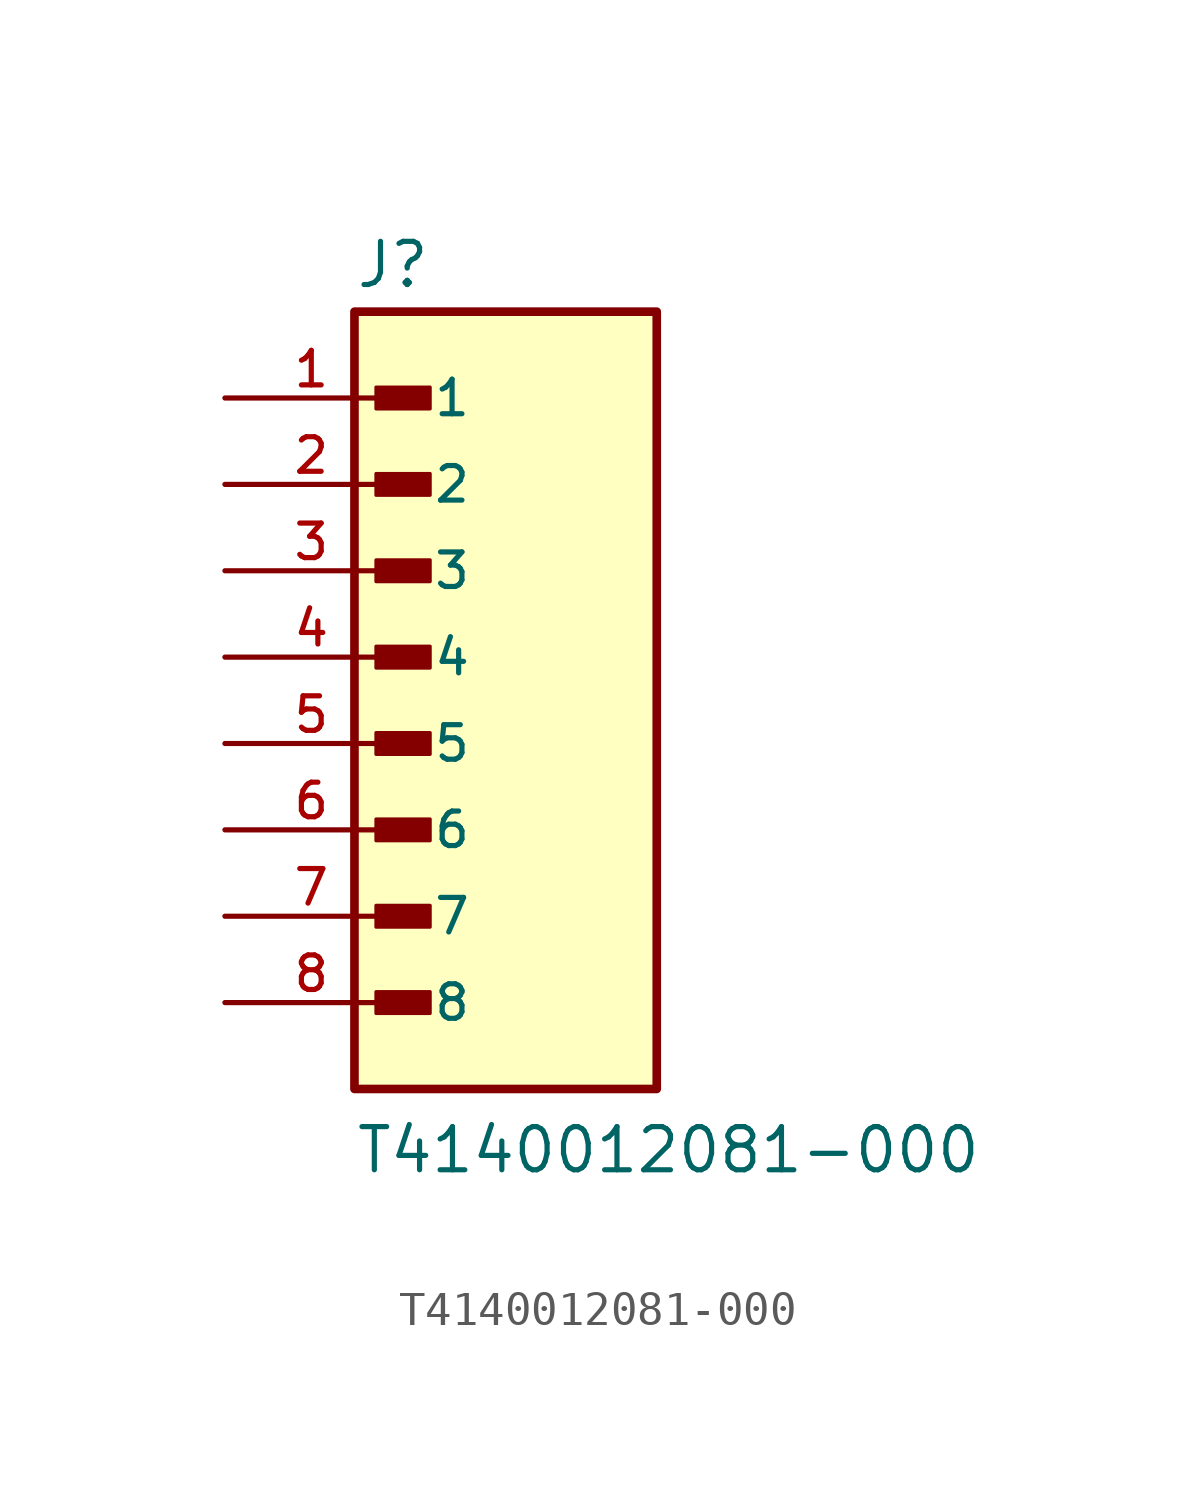
<source format=kicad_sym>
(kicad_symbol_lib
  (version 20241209)
  (generator "kicad_symbol_editor")
  (generator_version "9.0")
  (symbol "T4140012081-000"
    (pin_names
      (offset 1.016))
    (property "Reference" "J"
      (at -3.81 10.795 0)
      (effects (font (size 1.27 1.27)) (justify left bottom)))
    (property "Value" "T4140012081-000"
      (at -3.81 -15.24 0)
      (effects (font (size 1.27 1.27)) (justify left bottom)))
    (symbol "T4140012081-000_0_0"
      (rectangle (start -3.81 -12.7) (end 5.08 10.16) (stroke (width 0.254) (type default)) (fill (type background)))
      (rectangle (start -3.175 7.303) (end -1.587 7.938) (stroke (width 0.1) (type default)) (fill (type outline)))
      (rectangle (start -3.175 4.763) (end -1.587 5.397) (stroke (width 0.1) (type default)) (fill (type outline)))
      (rectangle (start -3.175 2.223) (end -1.587 2.857) (stroke (width 0.1) (type default)) (fill (type outline)))
      (rectangle (start -3.175 -0.318) (end -1.587 0.318) (stroke (width 0.1) (type default)) (fill (type outline)))
      (rectangle (start -3.175 -2.857) (end -1.587 -2.223) (stroke (width 0.1) (type default)) (fill (type outline)))
      (rectangle (start -3.175 -5.397) (end -1.587 -4.763) (stroke (width 0.1) (type default)) (fill (type outline)))
      (rectangle (start -3.175 -7.938) (end -1.587 -7.303) (stroke (width 0.1) (type default)) (fill (type outline)))
      (rectangle (start -3.175 -10.477) (end -1.587 -9.842) (stroke (width 0.1) (type default)) (fill (type outline)))
      (pin passive line (at -7.62 7.62 0) (length 5.08) (name "1" (effects (font (size 1.016 1.016)))) (number "1" (effects (font (size 1.016 1.016)))))
      (pin passive line (at -7.62 5.08 0) (length 5.08) (name "2" (effects (font (size 1.016 1.016)))) (number "2" (effects (font (size 1.016 1.016)))))
      (pin passive line (at -7.62 2.54 0) (length 5.08) (name "3" (effects (font (size 1.016 1.016)))) (number "3" (effects (font (size 1.016 1.016)))))
      (pin passive line (at -7.62 0 0) (length 5.08) (name "4" (effects (font (size 1.016 1.016)))) (number "4" (effects (font (size 1.016 1.016)))))
      (pin passive line (at -7.62 -2.54 0) (length 5.08) (name "5" (effects (font (size 1.016 1.016)))) (number "5" (effects (font (size 1.016 1.016)))))
      (pin passive line (at -7.62 -5.08 0) (length 5.08) (name "6" (effects (font (size 1.016 1.016)))) (number "6" (effects (font (size 1.016 1.016)))))
      (pin passive line (at -7.62 -7.62 0) (length 5.08) (name "7" (effects (font (size 1.016 1.016)))) (number "7" (effects (font (size 1.016 1.016)))))
      (pin passive line (at -7.62 -10.16 0) (length 5.08) (name "8" (effects (font (size 1.016 1.016)))) (number "8" (effects (font (size 1.016 1.016))))))))
</source>
